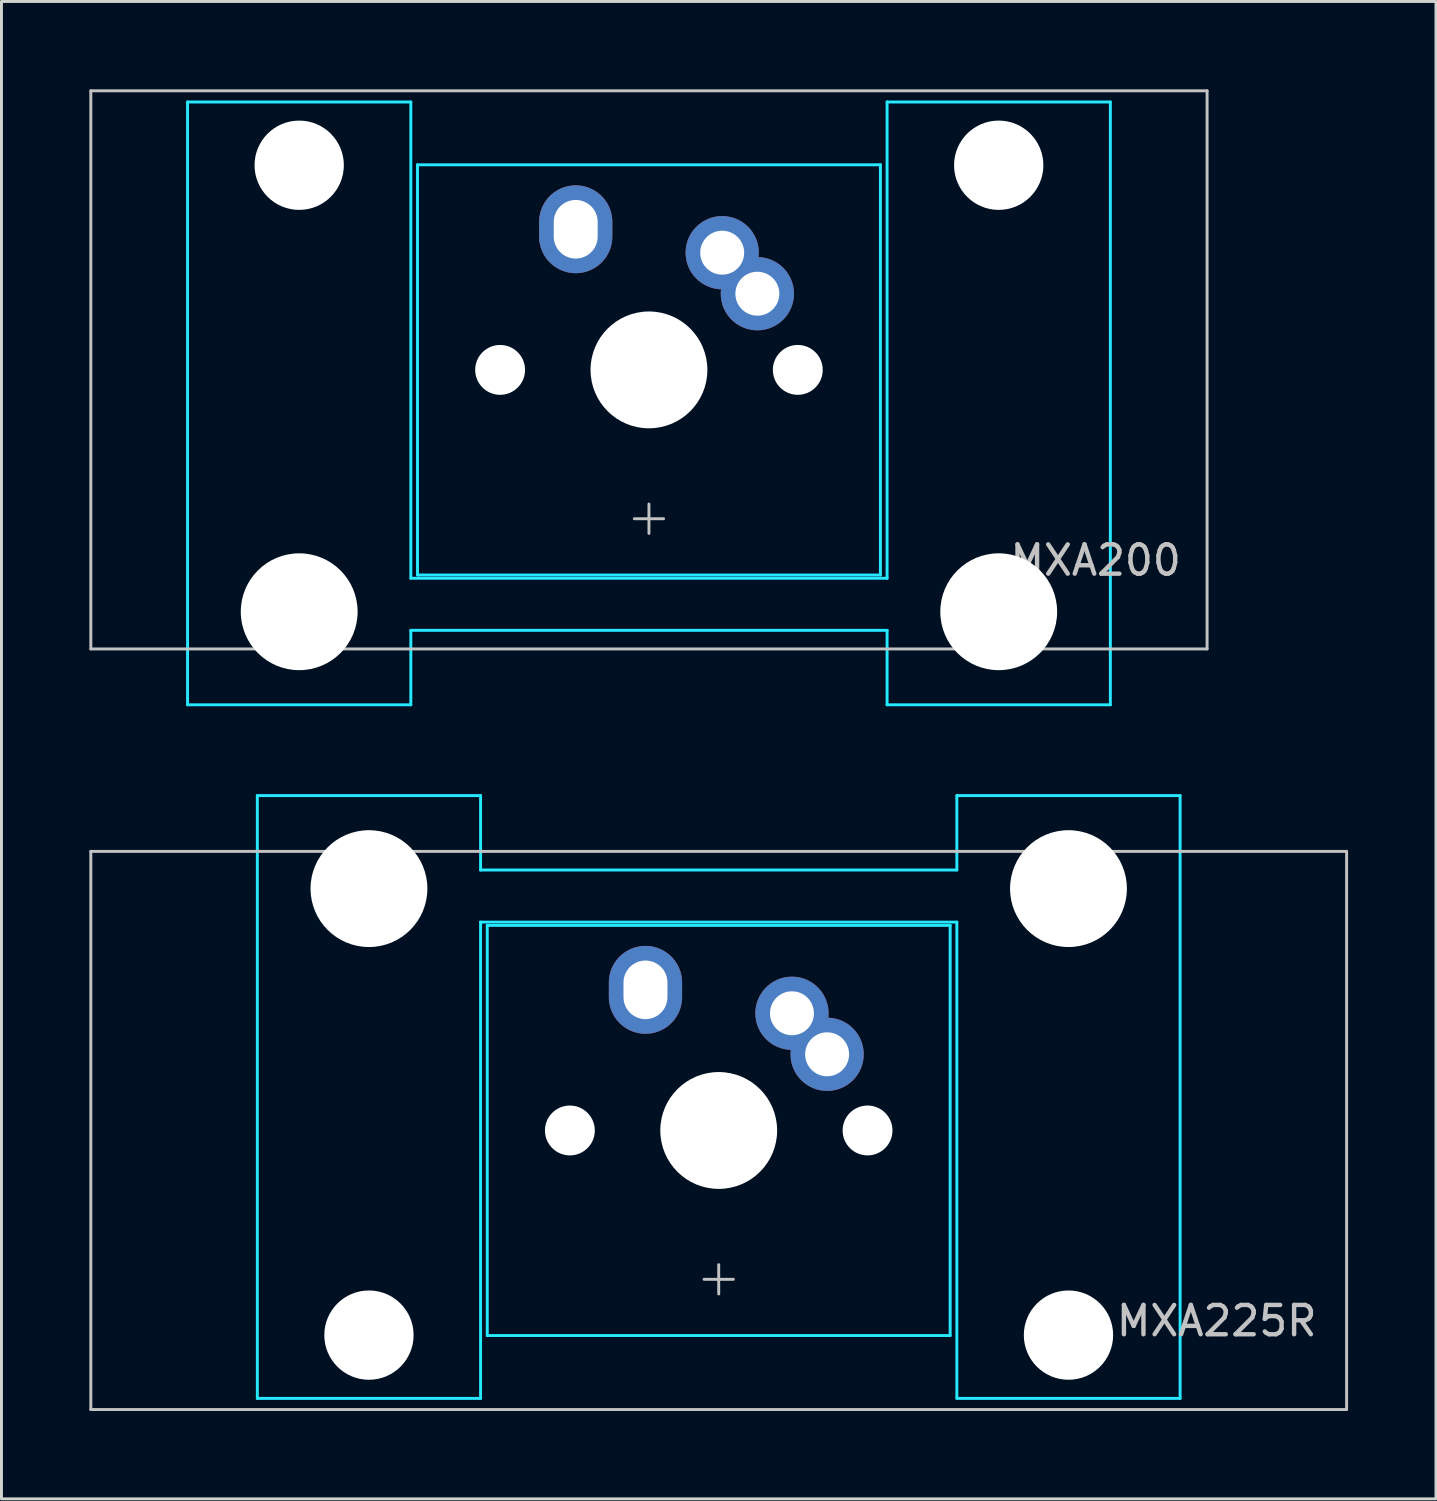
<source format=kicad_pcb>
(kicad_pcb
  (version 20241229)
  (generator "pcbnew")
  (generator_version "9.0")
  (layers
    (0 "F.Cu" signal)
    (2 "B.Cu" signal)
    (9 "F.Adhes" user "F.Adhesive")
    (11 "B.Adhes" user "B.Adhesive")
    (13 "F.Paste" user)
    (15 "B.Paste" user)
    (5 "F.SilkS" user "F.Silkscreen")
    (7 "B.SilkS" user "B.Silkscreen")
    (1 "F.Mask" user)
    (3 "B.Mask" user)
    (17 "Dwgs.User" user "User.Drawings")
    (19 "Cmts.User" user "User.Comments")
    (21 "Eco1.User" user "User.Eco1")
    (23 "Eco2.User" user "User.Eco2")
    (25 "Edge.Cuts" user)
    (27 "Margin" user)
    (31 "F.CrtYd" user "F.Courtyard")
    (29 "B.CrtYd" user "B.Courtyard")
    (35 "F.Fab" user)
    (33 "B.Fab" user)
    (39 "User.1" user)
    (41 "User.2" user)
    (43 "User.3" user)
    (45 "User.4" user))
  (footprint "MXA225R"
    (layer "F.Cu")
    (at 21.481 35.535)
    (property "Reference" "MXA225R" (at 20.5 6.5 0) (layer "Dwgs.User") (effects (font (size 1 1) (thickness 0.15)) (justify right)))
    (attr through_hole)
    (fp_line (start -21.431 -9.525) (end -21.431 9.525) (stroke (width 0.1) (type solid)) (layer "Dwgs.User"))
    (fp_line (start -0.5 5.08) (end 0.5 5.08) (stroke (width 0.1) (type solid)) (layer "Dwgs.User"))
    (fp_line (start 0 4.58) (end 0 5.58) (stroke (width 0.1) (type solid)) (layer "Dwgs.User"))
    (fp_line (start 21.431 -9.525) (end -21.431 -9.525) (stroke (width 0.1) (type solid)) (layer "Dwgs.User"))
    (fp_line (start 21.431 -9.525) (end 21.431 9.525) (stroke (width 0.1) (type solid)) (layer "Dwgs.User"))
    (fp_line (start 21.431 9.525) (end -21.431 9.525) (stroke (width 0.1) (type solid)) (layer "Dwgs.User"))
    (fp_line (start -15.748 -11.43) (end -8.128 -11.43) (stroke (width 0.1) (type solid)) (layer "B.CrtYd"))
    (fp_line (start -15.748 9.144) (end -15.748 -11.43) (stroke (width 0.1) (type solid)) (layer "B.CrtYd"))
    (fp_line (start -8.128 -11.43) (end -8.128 -8.89) (stroke (width 0.1) (type solid)) (layer "B.CrtYd"))
    (fp_line (start -8.128 9.144) (end -15.748 9.144) (stroke (width 0.1) (type solid)) (layer "B.CrtYd"))
    (fp_line (start -8.128 9.144) (end -8.128 -7.112) (stroke (width 0.1) (type solid)) (layer "B.CrtYd"))
    (fp_line (start -7.9 -7) (end 7.9 -7) (stroke (width 0.1) (type solid)) (layer "B.CrtYd"))
    (fp_line (start -7.9 7) (end -7.9 -7) (stroke (width 0.1) (type solid)) (layer "B.CrtYd"))
    (fp_line (start -7.9 7) (end 7.9 7) (stroke (width 0.1) (type solid)) (layer "B.CrtYd"))
    (fp_line (start 7.9 7) (end 7.9 -7) (stroke (width 0.1) (type solid)) (layer "B.CrtYd"))
    (fp_line (start 8.128 -11.43) (end 8.128 -8.89) (stroke (width 0.1) (type solid)) (layer "B.CrtYd"))
    (fp_line (start 8.128 -11.43) (end 15.748 -11.43) (stroke (width 0.1) (type solid)) (layer "B.CrtYd"))
    (fp_line (start 8.128 -8.89) (end -8.128 -8.89) (stroke (width 0.1) (type solid)) (layer "B.CrtYd"))
    (fp_line (start 8.128 -7.112) (end -8.128 -7.112) (stroke (width 0.1) (type solid)) (layer "B.CrtYd"))
    (fp_line (start 8.128 9.144) (end 8.128 -7.112) (stroke (width 0.1) (type solid)) (layer "B.CrtYd"))
    (fp_line (start 15.748 -11.43) (end 15.748 9.144) (stroke (width 0.1) (type solid)) (layer "B.CrtYd"))
    (fp_line (start 15.748 9.144) (end 8.128 9.144) (stroke (width 0.1) (type solid)) (layer "B.CrtYd"))
    (pad "" np_thru_hole circle (at -11.938 -8.255) (size 3.988 3.988) (drill 3.988) (layers "*.Cu" "*.Mask"))
    (pad "" np_thru_hole circle (at -11.938 6.985) (size 3.048 3.048) (drill 3.048) (layers "*.Cu" "*.Mask"))
    (pad "" np_thru_hole circle (at -5.08 0) (size 1.702 1.702) (drill 1.702) (layers "*.Cu" "*.Mask"))
    (pad "" smd oval (at -2.5 -4.8) (size 1.4 1.9) (layers "B.Mask"))
    (pad "" np_thru_hole circle (at 0 0) (size 3.988 3.988) (drill 3.988) (layers "*.Cu" "*.Mask"))
    (pad "" smd circle (at 2.5 -4 45) (size 1.4 1.4) (layers "B.Mask"))
    (pad "" smd circle (at 3.7 -2.6 45) (size 1.4 1.4) (layers "B.Mask"))
    (pad "" np_thru_hole circle (at 5.08 0) (size 1.702 1.702) (drill 1.702) (layers "*.Cu" "*.Mask"))
    (pad "" np_thru_hole circle (at 11.938 -8.255) (size 3.988 3.988) (drill 3.988) (layers "*.Cu" "*.Mask"))
    (pad "" np_thru_hole circle (at 11.938 6.985) (size 3.048 3.048) (drill 3.048) (layers "*.Cu" "*.Mask"))
    (pad "1" thru_hole oval (at -2.5 -4.8) (size 2.5 3) (drill oval 1.5 2) (layers "*.Cu" "F.Mask"))
    (pad "2" thru_hole circle (at 2.5 -4 45) (size 2.5 2.5) (drill 1.5) (layers "*.Cu" "F.Mask"))
    (pad "2" thru_hole circle (at 3.7 -2.6 45) (size 2.5 2.5) (drill 1.5) (layers "*.Cu" "F.Mask")))
  (footprint "MXA200"
    (layer "F.Cu")
    (at 19.1 9.575)
    (property "Reference" "MXA200" (at 18.25 6.5 0) (layer "Dwgs.User") (effects (font (size 1 1) (thickness 0.15)) (justify right)))
    (attr through_hole)
    (fp_line (start -19.05 -9.525) (end -19.05 9.525) (stroke (width 0.1) (type solid)) (layer "Dwgs.User"))
    (fp_line (start -19.05 -9.525) (end 19.05 -9.525) (stroke (width 0.1) (type solid)) (layer "Dwgs.User"))
    (fp_line (start -19.05 9.525) (end 19.05 9.525) (stroke (width 0.1) (type solid)) (layer "Dwgs.User"))
    (fp_line (start -0.5 5.08) (end 0.5 5.08) (stroke (width 0.1) (type solid)) (layer "Dwgs.User"))
    (fp_line (start 0 4.58) (end 0 5.58) (stroke (width 0.1) (type solid)) (layer "Dwgs.User"))
    (fp_line (start 19.05 -9.525) (end 19.05 9.525) (stroke (width 0.1) (type solid)) (layer "Dwgs.User"))
    (fp_line (start -15.748 -9.144) (end -8.128 -9.144) (stroke (width 0.1) (type solid)) (layer "B.CrtYd"))
    (fp_line (start -15.748 11.43) (end -15.748 -9.144) (stroke (width 0.1) (type solid)) (layer "B.CrtYd"))
    (fp_line (start -8.128 -9.144) (end -8.128 7.112) (stroke (width 0.1) (type solid)) (layer "B.CrtYd"))
    (fp_line (start -8.128 7.112) (end 8.128 7.112) (stroke (width 0.1) (type solid)) (layer "B.CrtYd"))
    (fp_line (start -8.128 8.89) (end 8.128 8.89) (stroke (width 0.1) (type solid)) (layer "B.CrtYd"))
    (fp_line (start -8.128 11.43) (end -15.748 11.43) (stroke (width 0.1) (type solid)) (layer "B.CrtYd"))
    (fp_line (start -8.128 11.43) (end -8.128 8.89) (stroke (width 0.1) (type solid)) (layer "B.CrtYd"))
    (fp_line (start -7.9 -7) (end 7.9 -7) (stroke (width 0.1) (type solid)) (layer "B.CrtYd"))
    (fp_line (start -7.9 7) (end -7.9 -7) (stroke (width 0.1) (type solid)) (layer "B.CrtYd"))
    (fp_line (start -7.9 7) (end 7.9 7) (stroke (width 0.1) (type solid)) (layer "B.CrtYd"))
    (fp_line (start 7.9 7) (end 7.9 -7) (stroke (width 0.1) (type solid)) (layer "B.CrtYd"))
    (fp_line (start 8.128 -9.144) (end 8.128 7.112) (stroke (width 0.1) (type solid)) (layer "B.CrtYd"))
    (fp_line (start 8.128 -9.144) (end 15.748 -9.144) (stroke (width 0.1) (type solid)) (layer "B.CrtYd"))
    (fp_line (start 8.128 11.43) (end 8.128 8.89) (stroke (width 0.1) (type solid)) (layer "B.CrtYd"))
    (fp_line (start 15.748 -9.144) (end 15.748 11.43) (stroke (width 0.1) (type solid)) (layer "B.CrtYd"))
    (fp_line (start 15.748 11.43) (end 8.128 11.43) (stroke (width 0.1) (type solid)) (layer "B.CrtYd"))
    (pad "" np_thru_hole circle (at -11.938 -6.985 180) (size 3.048 3.048) (drill 3.048) (layers "*.Cu" "*.Mask"))
    (pad "" np_thru_hole circle (at -11.938 8.255 180) (size 3.988 3.988) (drill 3.988) (layers "*.Cu" "*.Mask"))
    (pad "" np_thru_hole circle (at -5.08 0) (size 1.702 1.702) (drill 1.702) (layers "*.Cu" "*.Mask"))
    (pad "" smd oval (at -2.5 -4.8) (size 1.4 1.9) (layers "B.Mask"))
    (pad "" np_thru_hole circle (at 0 0) (size 3.988 3.988) (drill 3.988) (layers "*.Cu" "*.Mask"))
    (pad "" smd circle (at 2.5 -4 45) (size 1.4 1.4) (layers "B.Mask"))
    (pad "" smd circle (at 3.7 -2.6 45) (size 1.4 1.4) (layers "B.Mask"))
    (pad "" np_thru_hole circle (at 5.08 0) (size 1.702 1.702) (drill 1.702) (layers "*.Cu" "*.Mask"))
    (pad "" np_thru_hole circle (at 11.938 -6.985 180) (size 3.048 3.048) (drill 3.048) (layers "*.Cu" "*.Mask"))
    (pad "" np_thru_hole circle (at 11.938 8.255 180) (size 3.988 3.988) (drill 3.988) (layers "*.Cu" "*.Mask"))
    (pad "1" thru_hole oval (at -2.5 -4.8) (size 2.5 3) (drill oval 1.5 2) (layers "*.Cu" "F.Mask"))
    (pad "2" thru_hole circle (at 2.5 -4 45) (size 2.5 2.5) (drill 1.5) (layers "*.Cu" "F.Mask"))
    (pad "2" thru_hole circle (at 3.7 -2.6 45) (size 2.5 2.5) (drill 1.5) (layers "*.Cu" "F.Mask")))
  (gr_rect
    (start -3 -3)
    (end 45.962 48.11)
    (stroke (width 0.1) (type default))
    (fill no)
    (layer "Edge.Cuts")))
</source>
